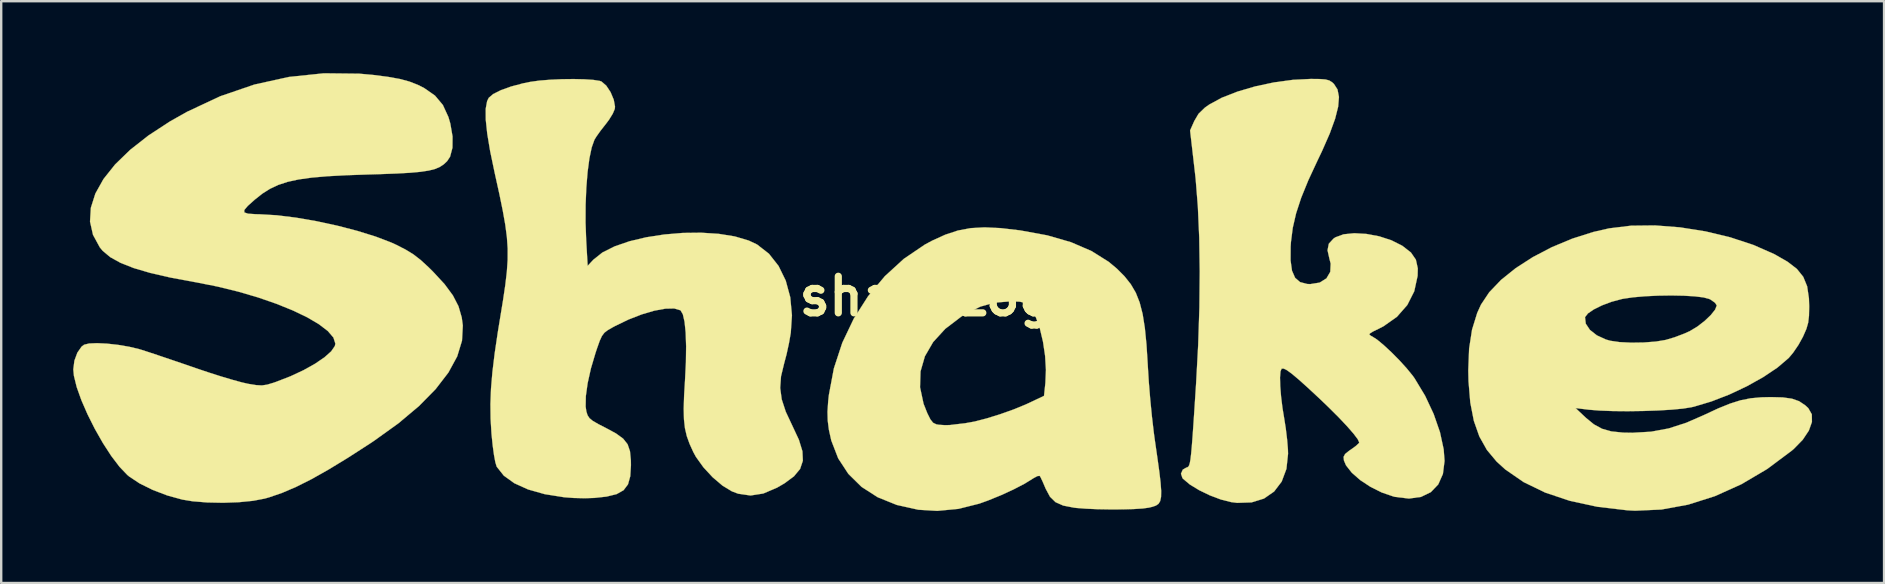
<source format=kicad_pcb>
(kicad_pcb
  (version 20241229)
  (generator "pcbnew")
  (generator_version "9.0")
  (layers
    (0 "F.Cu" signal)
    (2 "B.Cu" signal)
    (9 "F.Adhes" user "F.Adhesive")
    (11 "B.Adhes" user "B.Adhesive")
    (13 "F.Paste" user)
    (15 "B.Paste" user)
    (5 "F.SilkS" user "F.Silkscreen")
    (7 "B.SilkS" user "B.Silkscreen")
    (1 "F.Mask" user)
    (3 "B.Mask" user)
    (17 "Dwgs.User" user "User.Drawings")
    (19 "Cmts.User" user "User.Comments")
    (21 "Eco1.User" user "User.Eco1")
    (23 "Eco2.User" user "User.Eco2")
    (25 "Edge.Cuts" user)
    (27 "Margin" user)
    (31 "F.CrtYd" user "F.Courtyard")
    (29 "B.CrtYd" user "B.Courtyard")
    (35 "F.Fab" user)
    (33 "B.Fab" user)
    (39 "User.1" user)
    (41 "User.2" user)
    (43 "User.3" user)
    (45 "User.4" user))
  (footprint "shakeLogo"
    (layer "F.Cu")
    (at 36.242 9.299)
    (property "Reference" "shakeLogo" (at 0 0 0) (layer "F.SilkS") (effects (font (size 1.524 1.524) (thickness 0.3))))
    (attr through_hole)
    (fp_poly (pts (xy 2.411 -2.842) (xy 3.2 -2.75) (xy 3.218 -2.748) (xy 4.355 -2.54) (xy 5.346 -2.254) (xy 6.198 -1.887) (xy 6.916 -1.437) (xy 7.256 -1.153) (xy 7.577 -0.831) (xy 7.837 -0.504) (xy 8.045 -0.149) (xy 8.206 0.257) (xy 8.33 0.738) (xy 8.422 1.317) (xy 8.491 2.017) (xy 8.544 2.861) (xy 8.547 2.921) (xy 8.587 3.566) (xy 8.646 4.284) (xy 8.717 5.008) (xy 8.794 5.667) (xy 8.835 5.969) (xy 8.942 6.711) (xy 9.024 7.303) (xy 9.078 7.763) (xy 9.103 8.11) (xy 9.098 8.362) (xy 9.061 8.536) (xy 8.991 8.65) (xy 8.885 8.722) (xy 8.743 8.771) (xy 8.591 8.808) (xy 8.338 8.843) (xy 7.957 8.867) (xy 7.489 8.88) (xy 6.975 8.882) (xy 6.456 8.873) (xy 5.974 8.852) (xy 5.569 8.821) (xy 5.469 8.809) (xy 5.02 8.722) (xy 4.7 8.58) (xy 4.469 8.354) (xy 4.288 8.018) (xy 4.269 7.972) (xy 4.162 7.722) (xy 4.076 7.541) (xy 4.041 7.484) (xy 3.945 7.493) (xy 3.778 7.582) (xy 3.751 7.6) (xy 3.408 7.812) (xy 2.951 8.049) (xy 2.429 8.289) (xy 1.892 8.508) (xy 1.522 8.641) (xy 0.653 8.859) (xy -0.228 8.943) (xy -1.016 8.896) (xy -1.919 8.695) (xy -2.71 8.376) (xy -3.384 7.943) (xy -3.935 7.401) (xy -4.358 6.755) (xy -4.646 6.01) (xy -4.746 5.561) (xy -4.794 5.184) (xy -4.804 4.81) (xy -4.775 4.373) (xy -4.746 4.109) (xy -4.686 3.791) (xy -0.947 3.791) (xy -0.801 4.476) (xy -0.647 4.866) (xy -0.516 5.128) (xy -0.402 5.272) (xy -0.265 5.337) (xy -0.156 5.355) (xy 0.095 5.371) (xy 0.296 5.366) (xy 0.475 5.344) (xy 0.748 5.312) (xy 0.924 5.292) (xy 1.325 5.22) (xy 1.828 5.09) (xy 2.383 4.918) (xy 2.941 4.72) (xy 3.451 4.511) (xy 3.613 4.437) (xy 4.22 4.149) (xy 4.277 3.613) (xy 4.3 3.066) (xy 4.265 2.48) (xy 4.178 1.896) (xy 4.049 1.352) (xy 3.885 0.889) (xy 3.693 0.545) (xy 3.643 0.483) (xy 3.507 0.343) (xy 3.379 0.262) (xy 3.206 0.224) (xy 2.939 0.214) (xy 2.78 0.214) (xy 2.152 0.266) (xy 1.57 0.429) (xy 0.98 0.718) (xy 0.764 0.852) (xy 0.103 1.356) (xy -0.401 1.907) (xy -0.745 2.5) (xy -0.927 3.13) (xy -0.947 3.791) (xy -4.686 3.791) (xy -4.538 3.004) (xy -4.188 1.938) (xy -3.708 0.93) (xy -3.113 -0.002) (xy -2.413 -0.839) (xy -1.622 -1.562) (xy -0.751 -2.153) (xy -0.444 -2.318) (xy 0.106 -2.568) (xy 0.629 -2.741) (xy 1.163 -2.841) (xy 1.745 -2.873) (xy 2.411 -2.842)) (stroke (width 0.01) (type solid)) (fill yes) (layer "F.SilkS"))
    (fp_poly (pts (xy 30.73 -2.873) (xy 31.786 -2.706) (xy 32.818 -2.459) (xy 33.787 -2.14) (xy 34.659 -1.756) (xy 35.207 -1.442) (xy 35.596 -1.143) (xy 35.863 -0.812) (xy 36.026 -0.414) (xy 36.1 0.087) (xy 36.11 0.423) (xy 36.102 0.811) (xy 36.068 1.1) (xy 35.994 1.359) (xy 35.864 1.656) (xy 35.847 1.693) (xy 35.659 2.032) (xy 35.435 2.359) (xy 35.254 2.573) (xy 34.791 2.968) (xy 34.198 3.366) (xy 33.516 3.747) (xy 32.782 4.093) (xy 32.036 4.382) (xy 31.317 4.597) (xy 31.2 4.624) (xy 30.852 4.68) (xy 30.374 4.725) (xy 29.803 4.759) (xy 29.179 4.78) (xy 28.54 4.789) (xy 27.925 4.783) (xy 27.372 4.762) (xy 26.919 4.726) (xy 26.882 4.721) (xy 26.374 4.659) (xy 26.805 5.064) (xy 27.137 5.336) (xy 27.476 5.521) (xy 27.866 5.631) (xy 28.349 5.681) (xy 28.745 5.688) (xy 29.519 5.643) (xy 30.25 5.508) (xy 30.989 5.27) (xy 31.715 4.953) (xy 32.317 4.673) (xy 32.816 4.471) (xy 33.254 4.333) (xy 33.674 4.25) (xy 34.117 4.21) (xy 34.502 4.201) (xy 35.011 4.214) (xy 35.394 4.268) (xy 35.692 4.373) (xy 35.944 4.542) (xy 36.073 4.661) (xy 36.22 4.918) (xy 36.225 5.237) (xy 36.097 5.596) (xy 35.842 5.978) (xy 35.468 6.362) (xy 35.387 6.431) (xy 34.361 7.197) (xy 33.287 7.831) (xy 32.182 8.329) (xy 31.064 8.683) (xy 29.949 8.887) (xy 28.854 8.936) (xy 28.533 8.919) (xy 27.276 8.771) (xy 26.131 8.523) (xy 25.106 8.18) (xy 24.209 7.744) (xy 23.446 7.218) (xy 23.085 6.89) (xy 22.678 6.402) (xy 22.363 5.841) (xy 22.134 5.19) (xy 21.986 4.429) (xy 21.912 3.539) (xy 21.902 3.09) (xy 21.937 2.18) (xy 22.059 1.39) (xy 22.217 0.879) (xy 26.768 0.879) (xy 26.799 1.142) (xy 26.972 1.4) (xy 27.26 1.627) (xy 27.639 1.801) (xy 27.821 1.853) (xy 28.207 1.909) (xy 28.695 1.933) (xy 29.221 1.925) (xy 29.723 1.886) (xy 30.121 1.82) (xy 30.507 1.706) (xy 30.921 1.548) (xy 31.142 1.447) (xy 31.449 1.262) (xy 31.749 1.03) (xy 32.007 0.785) (xy 32.188 0.559) (xy 32.258 0.385) (xy 32.258 0.382) (xy 32.188 0.271) (xy 32.012 0.145) (xy 31.941 0.109) (xy 31.708 0.047) (xy 31.342 0.002) (xy 30.88 -0.025) (xy 30.356 -0.035) (xy 29.806 -0.027) (xy 29.266 -0.001) (xy 28.772 0.042) (xy 28.359 0.102) (xy 28.297 0.115) (xy 27.875 0.228) (xy 27.477 0.377) (xy 27.138 0.544) (xy 26.891 0.712) (xy 26.772 0.864) (xy 26.768 0.879) (xy 22.217 0.879) (xy 22.273 0.697) (xy 22.431 0.349) (xy 22.776 -0.169) (xy 23.267 -0.682) (xy 23.881 -1.175) (xy 24.595 -1.635) (xy 25.388 -2.049) (xy 26.235 -2.402) (xy 27.113 -2.681) (xy 27.775 -2.832) (xy 28.688 -2.943) (xy 29.685 -2.954) (xy 30.73 -2.873)) (stroke (width 0.01) (type solid)) (fill yes) (layer "F.SilkS"))
    (fp_poly (pts (xy 15.709 -9.055) (xy 15.951 -9.037) (xy 16.11 -8.995) (xy 16.229 -8.92) (xy 16.302 -8.852) (xy 16.452 -8.62) (xy 16.512 -8.307) (xy 16.479 -7.903) (xy 16.352 -7.399) (xy 16.128 -6.783) (xy 15.805 -6.048) (xy 15.617 -5.656) (xy 15.232 -4.828) (xy 14.938 -4.105) (xy 14.726 -3.458) (xy 14.587 -2.855) (xy 14.512 -2.267) (xy 14.499 -2.069) (xy 14.496 -1.495) (xy 14.555 -1.068) (xy 14.685 -0.771) (xy 14.893 -0.591) (xy 15.186 -0.514) (xy 15.315 -0.508) (xy 15.708 -0.571) (xy 15.992 -0.748) (xy 16.15 -1.019) (xy 16.167 -1.362) (xy 16.116 -1.561) (xy 16.036 -1.919) (xy 16.09 -2.191) (xy 16.287 -2.406) (xy 16.364 -2.458) (xy 16.706 -2.584) (xy 17.152 -2.629) (xy 17.661 -2.599) (xy 18.19 -2.5) (xy 18.698 -2.335) (xy 19.143 -2.111) (xy 19.159 -2.101) (xy 19.512 -1.826) (xy 19.718 -1.527) (xy 19.798 -1.165) (xy 19.79 -0.851) (xy 19.651 -0.21) (xy 19.361 0.363) (xy 18.93 0.854) (xy 18.366 1.251) (xy 18.191 1.341) (xy 17.928 1.47) (xy 17.799 1.551) (xy 17.783 1.605) (xy 17.86 1.656) (xy 17.899 1.674) (xy 18.103 1.806) (xy 18.381 2.037) (xy 18.701 2.334) (xy 19.031 2.667) (xy 19.336 3.003) (xy 19.586 3.309) (xy 19.664 3.418) (xy 20.104 4.147) (xy 20.461 4.909) (xy 20.723 5.665) (xy 20.877 6.379) (xy 20.913 6.863) (xy 20.845 7.404) (xy 20.651 7.84) (xy 20.342 8.162) (xy 19.931 8.361) (xy 19.43 8.43) (xy 18.851 8.36) (xy 18.785 8.344) (xy 18.299 8.178) (xy 17.826 7.942) (xy 17.397 7.659) (xy 17.047 7.352) (xy 16.806 7.045) (xy 16.72 6.843) (xy 16.705 6.692) (xy 16.769 6.572) (xy 16.943 6.432) (xy 17.01 6.387) (xy 17.211 6.242) (xy 17.336 6.128) (xy 17.357 6.092) (xy 17.296 5.958) (xy 17.123 5.728) (xy 16.853 5.418) (xy 16.501 5.045) (xy 16.081 4.626) (xy 15.672 4.235) (xy 15.194 3.791) (xy 14.822 3.458) (xy 14.542 3.223) (xy 14.342 3.078) (xy 14.208 3.012) (xy 14.126 3.014) (xy 14.123 3.015) (xy 14.075 3.133) (xy 14.056 3.386) (xy 14.065 3.745) (xy 14.1 4.179) (xy 14.159 4.657) (xy 14.223 5.044) (xy 14.295 5.498) (xy 14.351 5.964) (xy 14.385 6.373) (xy 14.391 6.562) (xy 14.323 7.193) (xy 14.126 7.721) (xy 13.811 8.136) (xy 13.389 8.429) (xy 12.871 8.589) (xy 12.268 8.609) (xy 12.023 8.578) (xy 11.593 8.47) (xy 11.129 8.295) (xy 10.679 8.077) (xy 10.292 7.84) (xy 10.016 7.607) (xy 9.989 7.576) (xy 9.928 7.394) (xy 10.003 7.224) (xy 10.151 7.139) (xy 10.197 7.125) (xy 10.235 7.098) (xy 10.268 7.044) (xy 10.297 6.946) (xy 10.325 6.79) (xy 10.352 6.559) (xy 10.381 6.238) (xy 10.414 5.812) (xy 10.452 5.266) (xy 10.497 4.583) (xy 10.551 3.748) (xy 10.558 3.641) (xy 10.645 2.029) (xy 10.696 0.463) (xy 10.71 -1.035) (xy 10.689 -2.441) (xy 10.632 -3.734) (xy 10.54 -4.89) (xy 10.509 -5.17) (xy 10.308 -6.912) (xy 10.481 -7.302) (xy 10.659 -7.606) (xy 10.922 -7.861) (xy 11.105 -7.991) (xy 11.63 -8.276) (xy 12.283 -8.531) (xy 13.021 -8.748) (xy 13.806 -8.915) (xy 14.596 -9.022) (xy 15.34 -9.059) (xy 15.709 -9.055)) (stroke (width 0.01) (type solid)) (fill yes) (layer "F.SilkS"))
    (fp_poly (pts (xy -24.319 -9.278) (xy -23.749 -9.227) (xy -23.125 -9.147) (xy -22.631 -9.058) (xy -22.227 -8.949) (xy -21.873 -8.811) (xy -21.613 -8.679) (xy -21.163 -8.365) (xy -20.834 -7.973) (xy -20.603 -7.471) (xy -20.524 -7.201) (xy -20.431 -6.661) (xy -20.435 -6.191) (xy -20.534 -5.818) (xy -20.657 -5.632) (xy -20.799 -5.499) (xy -20.961 -5.392) (xy -21.163 -5.306) (xy -21.426 -5.24) (xy -21.768 -5.188) (xy -22.21 -5.148) (xy -22.771 -5.117) (xy -23.47 -5.091) (xy -23.918 -5.078) (xy -24.854 -5.046) (xy -25.641 -5.004) (xy -26.299 -4.947) (xy -26.848 -4.87) (xy -27.308 -4.77) (xy -27.699 -4.641) (xy -28.042 -4.479) (xy -28.355 -4.281) (xy -28.66 -4.04) (xy -28.682 -4.022) (xy -28.966 -3.767) (xy -29.11 -3.597) (xy -29.108 -3.495) (xy -28.952 -3.443) (xy -28.636 -3.422) (xy -28.46 -3.418) (xy -27.753 -3.377) (xy -26.953 -3.278) (xy -26.099 -3.13) (xy -25.234 -2.943) (xy -24.399 -2.726) (xy -23.635 -2.489) (xy -22.983 -2.24) (xy -22.775 -2.145) (xy -22.379 -1.942) (xy -22.059 -1.745) (xy -21.762 -1.515) (xy -21.434 -1.214) (xy -21.244 -1.026) (xy -20.764 -0.507) (xy -20.416 -0.036) (xy -20.183 0.416) (xy -20.048 0.881) (xy -20.003 1.216) (xy -20.037 1.851) (xy -20.237 2.505) (xy -20.604 3.178) (xy -21.135 3.868) (xy -21.829 4.573) (xy -22.685 5.292) (xy -23.703 6.023) (xy -23.868 6.133) (xy -24.787 6.726) (xy -25.596 7.219) (xy -26.31 7.621) (xy -26.949 7.942) (xy -27.53 8.191) (xy -28.071 8.377) (xy -28.258 8.43) (xy -28.744 8.523) (xy -29.342 8.582) (xy -29.998 8.605) (xy -30.656 8.592) (xy -31.264 8.543) (xy -31.695 8.472) (xy -32.318 8.301) (xy -32.925 8.07) (xy -33.471 7.8) (xy -33.905 7.513) (xy -33.984 7.448) (xy -34.31 7.107) (xy -34.656 6.652) (xy -35.004 6.115) (xy -35.338 5.528) (xy -35.642 4.923) (xy -35.9 4.331) (xy -36.095 3.784) (xy -36.211 3.315) (xy -36.237 3.046) (xy -36.191 2.683) (xy -36.068 2.349) (xy -35.893 2.098) (xy -35.788 2.018) (xy -35.579 1.967) (xy -35.246 1.953) (xy -34.83 1.973) (xy -34.371 2.024) (xy -33.91 2.102) (xy -33.487 2.203) (xy -33.401 2.229) (xy -33.1 2.326) (xy -32.68 2.466) (xy -32.179 2.635) (xy -31.639 2.819) (xy -31.147 2.989) (xy -30.612 3.169) (xy -30.086 3.337) (xy -29.606 3.48) (xy -29.212 3.588) (xy -28.953 3.647) (xy -28.619 3.701) (xy -28.378 3.715) (xy -28.157 3.682) (xy -27.884 3.6) (xy -27.778 3.563) (xy -27.187 3.334) (xy -26.641 3.079) (xy -26.162 2.811) (xy -25.771 2.545) (xy -25.489 2.294) (xy -25.336 2.071) (xy -25.315 1.972) (xy -25.396 1.719) (xy -25.63 1.447) (xy -26 1.164) (xy -26.491 0.875) (xy -27.088 0.589) (xy -27.775 0.311) (xy -28.538 0.047) (xy -29.36 -0.194) (xy -30.227 -0.406) (xy -31.122 -0.584) (xy -31.2 -0.597) (xy -32.193 -0.782) (xy -33.028 -0.974) (xy -33.716 -1.176) (xy -34.268 -1.394) (xy -34.696 -1.631) (xy -35.009 -1.892) (xy -35.131 -2.038) (xy -35.416 -2.562) (xy -35.54 -3.114) (xy -35.505 -3.69) (xy -35.317 -4.283) (xy -34.979 -4.887) (xy -34.494 -5.496) (xy -33.868 -6.103) (xy -33.104 -6.703) (xy -32.205 -7.29) (xy -31.496 -7.69) (xy -30.109 -8.339) (xy -28.693 -8.824) (xy -27.252 -9.142) (xy -25.793 -9.294) (xy -24.319 -9.278)) (stroke (width 0.01) (type solid)) (fill yes) (layer "F.SilkS"))
    (fp_poly (pts (xy -14.937 -9.044) (xy -14.562 -9.019) (xy -14.3 -8.978) (xy -14.224 -8.952) (xy -14.025 -8.781) (xy -13.844 -8.507) (xy -13.712 -8.193) (xy -13.66 -7.904) (xy -13.67 -7.808) (xy -13.752 -7.614) (xy -13.91 -7.357) (xy -14.065 -7.152) (xy -14.267 -6.895) (xy -14.436 -6.657) (xy -14.518 -6.523) (xy -14.631 -6.206) (xy -14.727 -5.749) (xy -14.803 -5.179) (xy -14.856 -4.524) (xy -14.885 -3.812) (xy -14.888 -3.072) (xy -14.861 -2.33) (xy -14.861 -2.328) (xy -14.8 -1.27) (xy -14.562 -1.525) (xy -14.187 -1.824) (xy -13.675 -2.081) (xy -13.056 -2.294) (xy -12.357 -2.46) (xy -11.607 -2.576) (xy -10.834 -2.641) (xy -10.068 -2.65) (xy -9.335 -2.603) (xy -8.666 -2.495) (xy -8.088 -2.324) (xy -7.739 -2.159) (xy -7.244 -1.774) (xy -6.843 -1.264) (xy -6.544 -0.652) (xy -6.356 0.041) (xy -6.286 0.794) (xy -6.334 1.52) (xy -6.409 1.951) (xy -6.51 2.416) (xy -6.613 2.805) (xy -6.741 3.335) (xy -6.776 3.818) (xy -6.712 4.295) (xy -6.543 4.811) (xy -6.264 5.406) (xy -5.995 5.982) (xy -5.849 6.457) (xy -5.831 6.854) (xy -5.946 7.195) (xy -6.201 7.502) (xy -6.6 7.797) (xy -6.908 7.976) (xy -7.478 8.219) (xy -8.012 8.302) (xy -8.528 8.227) (xy -8.788 8.129) (xy -9.18 7.891) (xy -9.591 7.542) (xy -9.975 7.127) (xy -10.286 6.694) (xy -10.395 6.495) (xy -10.553 6.147) (xy -10.669 5.825) (xy -10.745 5.495) (xy -10.786 5.126) (xy -10.797 4.684) (xy -10.78 4.137) (xy -10.743 3.516) (xy -10.705 2.754) (xy -10.696 2.081) (xy -10.715 1.512) (xy -10.761 1.063) (xy -10.833 0.749) (xy -10.929 0.587) (xy -10.937 0.582) (xy -11.192 0.507) (xy -11.563 0.515) (xy -12.022 0.599) (xy -12.544 0.753) (xy -13.099 0.969) (xy -13.662 1.241) (xy -13.767 1.298) (xy -13.964 1.412) (xy -14.102 1.518) (xy -14.205 1.655) (xy -14.299 1.859) (xy -14.409 2.17) (xy -14.471 2.356) (xy -14.665 3.01) (xy -14.801 3.622) (xy -14.876 4.161) (xy -14.884 4.596) (xy -14.854 4.798) (xy -14.805 4.955) (xy -14.726 5.077) (xy -14.586 5.193) (xy -14.352 5.328) (xy -14.051 5.482) (xy -13.618 5.716) (xy -13.321 5.932) (xy -13.135 6.167) (xy -13.036 6.458) (xy -12.999 6.84) (xy -12.996 7.042) (xy -13.024 7.498) (xy -13.119 7.838) (xy -13.302 8.081) (xy -13.593 8.245) (xy -14.014 8.348) (xy -14.52 8.403) (xy -14.92 8.416) (xy -15.382 8.405) (xy -15.779 8.375) (xy -16.585 8.247) (xy -17.282 8.05) (xy -17.857 7.79) (xy -18.296 7.474) (xy -18.585 7.109) (xy -18.594 7.092) (xy -18.647 6.918) (xy -18.704 6.613) (xy -18.758 6.216) (xy -18.804 5.763) (xy -18.808 5.72) (xy -18.845 5.103) (xy -18.852 4.49) (xy -18.828 3.851) (xy -18.769 3.154) (xy -18.674 2.37) (xy -18.54 1.468) (xy -18.452 0.931) (xy -18.328 0.173) (xy -18.233 -0.467) (xy -18.168 -1.02) (xy -18.134 -1.518) (xy -18.133 -1.991) (xy -18.166 -2.47) (xy -18.234 -2.986) (xy -18.338 -3.571) (xy -18.478 -4.255) (xy -18.658 -5.069) (xy -18.679 -5.165) (xy -18.863 -6.046) (xy -18.985 -6.777) (xy -19.047 -7.364) (xy -19.049 -7.814) (xy -18.99 -8.134) (xy -18.922 -8.273) (xy -18.738 -8.429) (xy -18.417 -8.59) (xy -17.992 -8.743) (xy -17.493 -8.876) (xy -17.187 -8.938) (xy -16.812 -8.99) (xy -16.362 -9.026) (xy -15.875 -9.048) (xy -15.387 -9.054) (xy -14.937 -9.044)) (stroke (width 0.01) (type solid)) (fill yes) (layer "F.SilkS")))
  (gr_rect
    (start -3 -3)
    (end 75.473 21.247)
    (stroke (width 0.1) (type default))
    (fill no)
    (layer "Edge.Cuts")))
</source>
